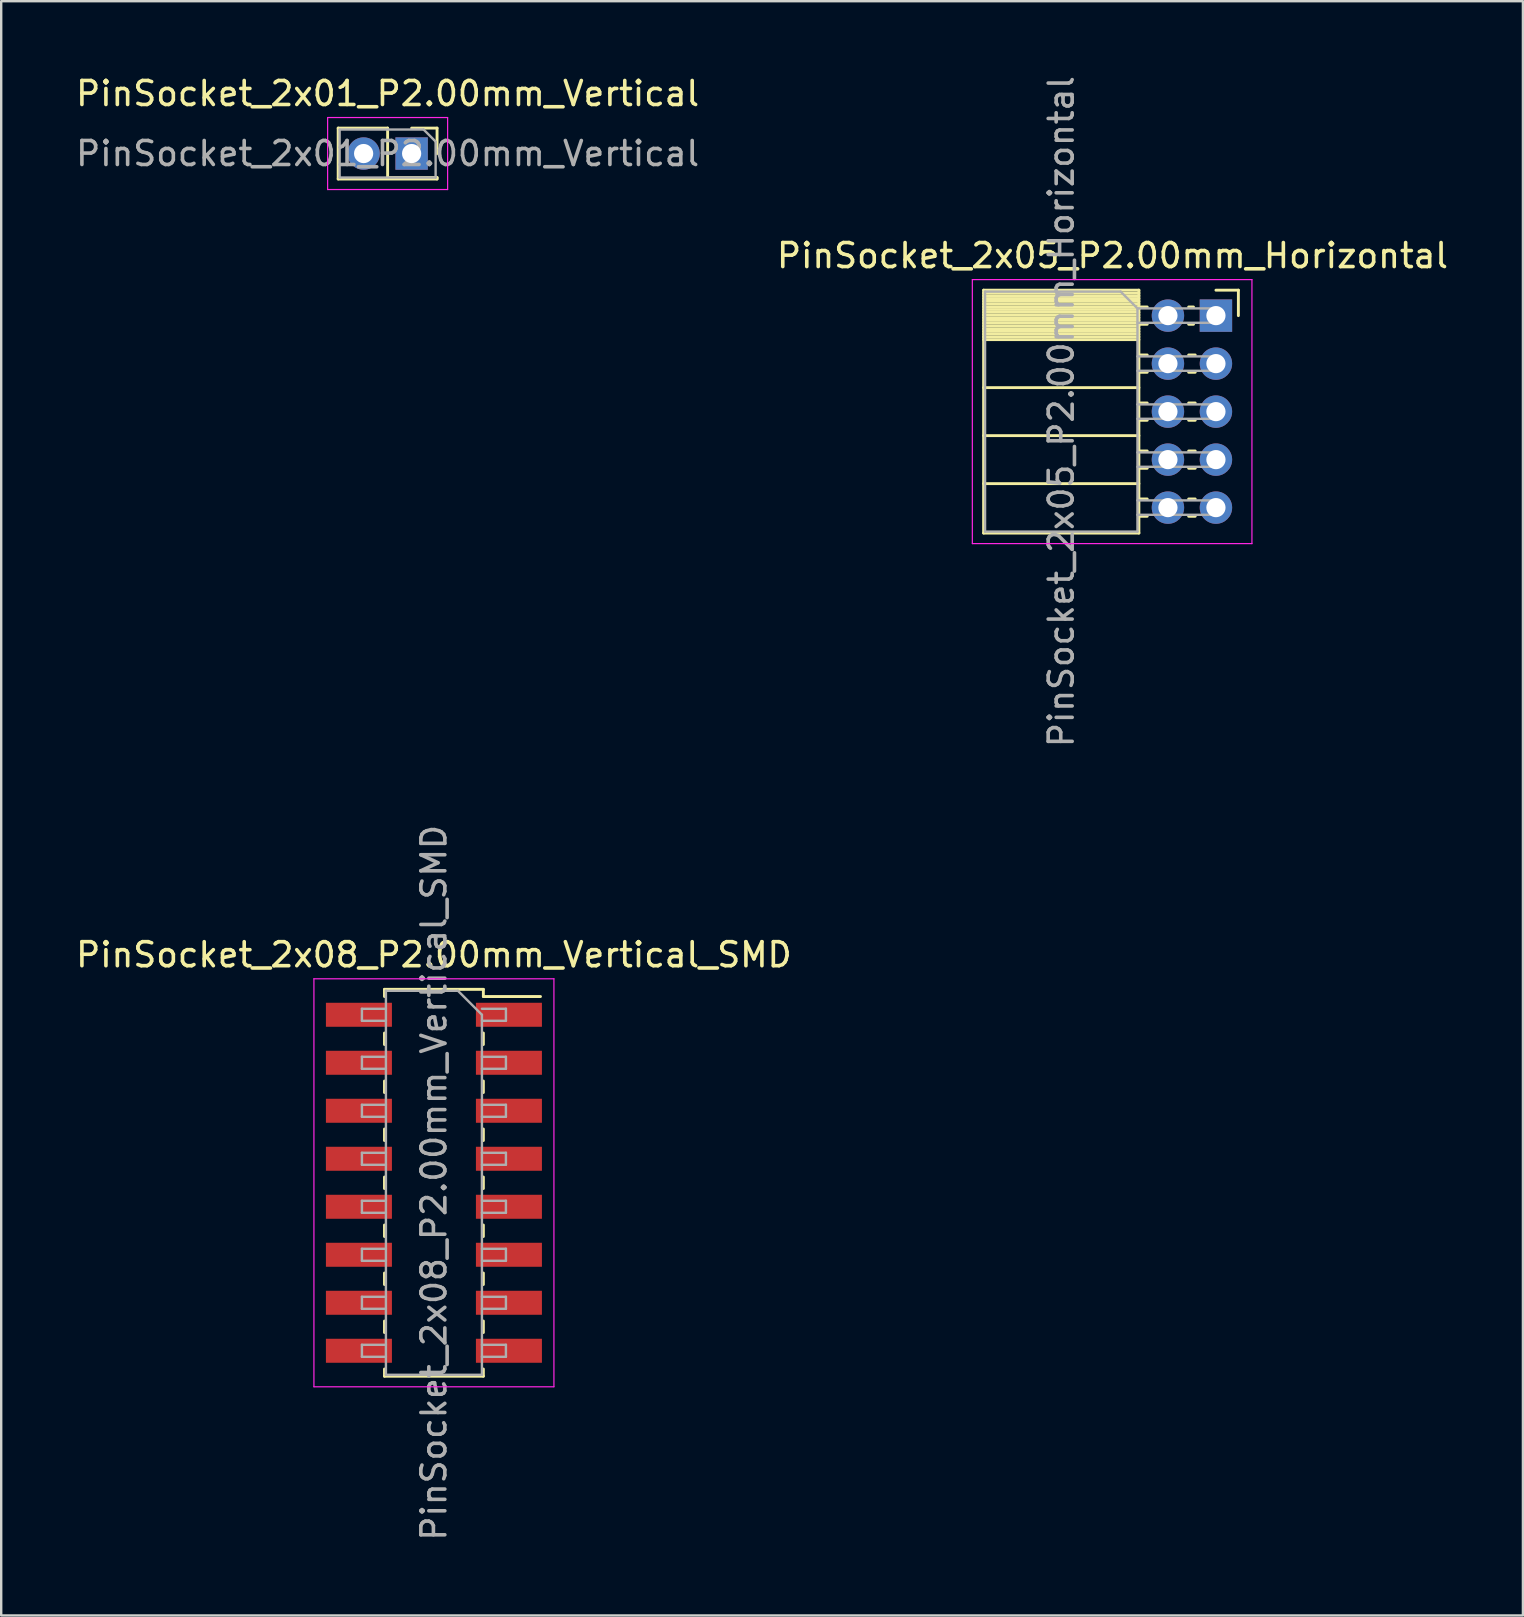
<source format=kicad_pcb>
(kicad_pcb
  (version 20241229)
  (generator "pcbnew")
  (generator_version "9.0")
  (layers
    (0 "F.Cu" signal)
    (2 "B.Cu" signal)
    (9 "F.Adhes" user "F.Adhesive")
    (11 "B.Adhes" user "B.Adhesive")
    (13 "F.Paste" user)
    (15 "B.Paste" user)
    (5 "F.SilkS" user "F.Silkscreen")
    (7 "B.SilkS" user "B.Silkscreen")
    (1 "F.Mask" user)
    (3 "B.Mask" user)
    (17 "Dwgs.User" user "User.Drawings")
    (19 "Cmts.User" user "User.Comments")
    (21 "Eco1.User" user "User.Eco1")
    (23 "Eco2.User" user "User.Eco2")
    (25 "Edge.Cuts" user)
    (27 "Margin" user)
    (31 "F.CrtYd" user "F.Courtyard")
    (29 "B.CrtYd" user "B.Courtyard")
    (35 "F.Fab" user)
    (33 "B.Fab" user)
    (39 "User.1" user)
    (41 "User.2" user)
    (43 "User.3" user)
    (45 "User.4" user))
  (footprint "PinSocket_2x05_P2.00mm_Horizontal"
    (layer "F.Cu")
    (at 47.614 10.101)
    (property "Reference" "PinSocket_2x05_P2.00mm_Horizontal" (at -4.31 -2.5 0) (layer "F.SilkS") (effects (font (size 1 1) (thickness 0.15))))
    (attr through_hole)
    (fp_line (start -9.68 -1.06) (end -9.68 9.06) (stroke (width 0.12) (type solid)) (layer "F.SilkS"))
    (fp_line (start -9.68 -1.06) (end -3.21 -1.06) (stroke (width 0.12) (type solid)) (layer "F.SilkS"))
    (fp_line (start -9.68 -0.94) (end -3.21 -0.94) (stroke (width 0.12) (type solid)) (layer "F.SilkS"))
    (fp_line (start -9.68 -0.826) (end -3.21 -0.826) (stroke (width 0.12) (type solid)) (layer "F.SilkS"))
    (fp_line (start -9.68 -0.712) (end -3.21 -0.712) (stroke (width 0.12) (type solid)) (layer "F.SilkS"))
    (fp_line (start -9.68 -0.598) (end -3.21 -0.598) (stroke (width 0.12) (type solid)) (layer "F.SilkS"))
    (fp_line (start -9.68 -0.484) (end -3.21 -0.484) (stroke (width 0.12) (type solid)) (layer "F.SilkS"))
    (fp_line (start -9.68 -0.369) (end -3.21 -0.369) (stroke (width 0.12) (type solid)) (layer "F.SilkS"))
    (fp_line (start -9.68 -0.255) (end -3.21 -0.255) (stroke (width 0.12) (type solid)) (layer "F.SilkS"))
    (fp_line (start -9.68 -0.141) (end -3.21 -0.141) (stroke (width 0.12) (type solid)) (layer "F.SilkS"))
    (fp_line (start -9.68 -0.027) (end -3.21 -0.027) (stroke (width 0.12) (type solid)) (layer "F.SilkS"))
    (fp_line (start -9.68 0.087) (end -3.21 0.087) (stroke (width 0.12) (type solid)) (layer "F.SilkS"))
    (fp_line (start -9.68 0.201) (end -3.21 0.201) (stroke (width 0.12) (type solid)) (layer "F.SilkS"))
    (fp_line (start -9.68 0.315) (end -3.21 0.315) (stroke (width 0.12) (type solid)) (layer "F.SilkS"))
    (fp_line (start -9.68 0.429) (end -3.21 0.429) (stroke (width 0.12) (type solid)) (layer "F.SilkS"))
    (fp_line (start -9.68 0.544) (end -3.21 0.544) (stroke (width 0.12) (type solid)) (layer "F.SilkS"))
    (fp_line (start -9.68 0.658) (end -3.21 0.658) (stroke (width 0.12) (type solid)) (layer "F.SilkS"))
    (fp_line (start -9.68 0.772) (end -3.21 0.772) (stroke (width 0.12) (type solid)) (layer "F.SilkS"))
    (fp_line (start -9.68 0.886) (end -3.21 0.886) (stroke (width 0.12) (type solid)) (layer "F.SilkS"))
    (fp_line (start -9.68 1) (end -3.21 1) (stroke (width 0.12) (type solid)) (layer "F.SilkS"))
    (fp_line (start -9.68 3) (end -3.21 3) (stroke (width 0.12) (type solid)) (layer "F.SilkS"))
    (fp_line (start -9.68 5) (end -3.21 5) (stroke (width 0.12) (type solid)) (layer "F.SilkS"))
    (fp_line (start -9.68 7) (end -3.21 7) (stroke (width 0.12) (type solid)) (layer "F.SilkS"))
    (fp_line (start -9.68 9.06) (end -3.21 9.06) (stroke (width 0.12) (type solid)) (layer "F.SilkS"))
    (fp_line (start -3.21 -1.06) (end -3.21 9.06) (stroke (width 0.12) (type solid)) (layer "F.SilkS"))
    (fp_line (start -3.21 -0.36) (end -2.863 -0.36) (stroke (width 0.12) (type solid)) (layer "F.SilkS"))
    (fp_line (start -3.21 0.36) (end -2.863 0.36) (stroke (width 0.12) (type solid)) (layer "F.SilkS"))
    (fp_line (start -3.21 1.64) (end -2.863 1.64) (stroke (width 0.12) (type solid)) (layer "F.SilkS"))
    (fp_line (start -3.21 2.36) (end -2.863 2.36) (stroke (width 0.12) (type solid)) (layer "F.SilkS"))
    (fp_line (start -3.21 3.64) (end -2.863 3.64) (stroke (width 0.12) (type solid)) (layer "F.SilkS"))
    (fp_line (start -3.21 4.36) (end -2.863 4.36) (stroke (width 0.12) (type solid)) (layer "F.SilkS"))
    (fp_line (start -3.21 5.64) (end -2.863 5.64) (stroke (width 0.12) (type solid)) (layer "F.SilkS"))
    (fp_line (start -3.21 6.36) (end -2.863 6.36) (stroke (width 0.12) (type solid)) (layer "F.SilkS"))
    (fp_line (start -3.21 7.64) (end -2.863 7.64) (stroke (width 0.12) (type solid)) (layer "F.SilkS"))
    (fp_line (start -3.21 8.36) (end -2.863 8.36) (stroke (width 0.12) (type solid)) (layer "F.SilkS"))
    (fp_line (start -1.137 -0.36) (end -0.935 -0.36) (stroke (width 0.12) (type solid)) (layer "F.SilkS"))
    (fp_line (start -1.137 0.36) (end -0.935 0.36) (stroke (width 0.12) (type solid)) (layer "F.SilkS"))
    (fp_line (start -1.137 1.64) (end -0.863 1.64) (stroke (width 0.12) (type solid)) (layer "F.SilkS"))
    (fp_line (start -1.137 2.36) (end -0.863 2.36) (stroke (width 0.12) (type solid)) (layer "F.SilkS"))
    (fp_line (start -1.137 3.64) (end -0.863 3.64) (stroke (width 0.12) (type solid)) (layer "F.SilkS"))
    (fp_line (start -1.137 4.36) (end -0.863 4.36) (stroke (width 0.12) (type solid)) (layer "F.SilkS"))
    (fp_line (start -1.137 5.64) (end -0.863 5.64) (stroke (width 0.12) (type solid)) (layer "F.SilkS"))
    (fp_line (start -1.137 6.36) (end -0.863 6.36) (stroke (width 0.12) (type solid)) (layer "F.SilkS"))
    (fp_line (start -1.137 7.64) (end -0.863 7.64) (stroke (width 0.12) (type solid)) (layer "F.SilkS"))
    (fp_line (start -1.137 8.36) (end -0.863 8.36) (stroke (width 0.12) (type solid)) (layer "F.SilkS"))
    (fp_line (start 0 -1.06) (end 0.935 -1.06) (stroke (width 0.12) (type solid)) (layer "F.SilkS"))
    (fp_line (start 0.935 -1.06) (end 0.935 0) (stroke (width 0.12) (type solid)) (layer "F.SilkS"))
    (fp_line (start -10.15 -1.5) (end -10.15 9.5) (stroke (width 0.05) (type solid)) (layer "F.CrtYd"))
    (fp_line (start -10.15 9.5) (end 1.5 9.5) (stroke (width 0.05) (type solid)) (layer "F.CrtYd"))
    (fp_line (start 1.5 -1.5) (end -10.15 -1.5) (stroke (width 0.05) (type solid)) (layer "F.CrtYd"))
    (fp_line (start 1.5 9.5) (end 1.5 -1.5) (stroke (width 0.05) (type solid)) (layer "F.CrtYd"))
    (fp_line (start -9.62 -1) (end -3.97 -1) (stroke (width 0.1) (type solid)) (layer "F.Fab"))
    (fp_line (start -9.62 9) (end -9.62 -1) (stroke (width 0.1) (type solid)) (layer "F.Fab"))
    (fp_line (start -3.97 -1) (end -3.27 -0.3) (stroke (width 0.1) (type solid)) (layer "F.Fab"))
    (fp_line (start -3.27 -0.3) (end -3.27 9) (stroke (width 0.1) (type solid)) (layer "F.Fab"))
    (fp_line (start -3.27 0.3) (end 0 0.3) (stroke (width 0.1) (type solid)) (layer "F.Fab"))
    (fp_line (start -3.27 2.3) (end 0 2.3) (stroke (width 0.1) (type solid)) (layer "F.Fab"))
    (fp_line (start -3.27 4.3) (end 0 4.3) (stroke (width 0.1) (type solid)) (layer "F.Fab"))
    (fp_line (start -3.27 6.3) (end 0 6.3) (stroke (width 0.1) (type solid)) (layer "F.Fab"))
    (fp_line (start -3.27 8.3) (end 0 8.3) (stroke (width 0.1) (type solid)) (layer "F.Fab"))
    (fp_line (start -3.27 9) (end -9.62 9) (stroke (width 0.1) (type solid)) (layer "F.Fab"))
    (fp_line (start 0 -0.3) (end -3.27 -0.3) (stroke (width 0.1) (type solid)) (layer "F.Fab"))
    (fp_line (start 0 0.3) (end 0 -0.3) (stroke (width 0.1) (type solid)) (layer "F.Fab"))
    (fp_line (start 0 1.7) (end -3.27 1.7) (stroke (width 0.1) (type solid)) (layer "F.Fab"))
    (fp_line (start 0 2.3) (end 0 1.7) (stroke (width 0.1) (type solid)) (layer "F.Fab"))
    (fp_line (start 0 3.7) (end -3.27 3.7) (stroke (width 0.1) (type solid)) (layer "F.Fab"))
    (fp_line (start 0 4.3) (end 0 3.7) (stroke (width 0.1) (type solid)) (layer "F.Fab"))
    (fp_line (start 0 5.7) (end -3.27 5.7) (stroke (width 0.1) (type solid)) (layer "F.Fab"))
    (fp_line (start 0 6.3) (end 0 5.7) (stroke (width 0.1) (type solid)) (layer "F.Fab"))
    (fp_line (start 0 7.7) (end -3.27 7.7) (stroke (width 0.1) (type solid)) (layer "F.Fab"))
    (fp_line (start 0 8.3) (end 0 7.7) (stroke (width 0.1) (type solid)) (layer "F.Fab"))
    (fp_text user "${REFERENCE}" (at -6.445 4 90) (layer "F.Fab") (effects (font (size 1 1) (thickness 0.15))))
    (pad "1" thru_hole rect (at 0 0) (size 1.35 1.35) (drill 0.8) (layers "*.Cu" "*.Mask"))
    (pad "2" thru_hole oval (at -2 0) (size 1.35 1.35) (drill 0.8) (layers "*.Cu" "*.Mask"))
    (pad "3" thru_hole oval (at 0 2) (size 1.35 1.35) (drill 0.8) (layers "*.Cu" "*.Mask"))
    (pad "4" thru_hole oval (at -2 2) (size 1.35 1.35) (drill 0.8) (layers "*.Cu" "*.Mask"))
    (pad "5" thru_hole oval (at 0 4) (size 1.35 1.35) (drill 0.8) (layers "*.Cu" "*.Mask"))
    (pad "6" thru_hole oval (at -2 4) (size 1.35 1.35) (drill 0.8) (layers "*.Cu" "*.Mask"))
    (pad "7" thru_hole oval (at 0 6) (size 1.35 1.35) (drill 0.8) (layers "*.Cu" "*.Mask"))
    (pad "8" thru_hole oval (at -2 6) (size 1.35 1.35) (drill 0.8) (layers "*.Cu" "*.Mask"))
    (pad "9" thru_hole oval (at 0 8) (size 1.35 1.35) (drill 0.8) (layers "*.Cu" "*.Mask"))
    (pad "10" thru_hole oval (at -2 8) (size 1.35 1.35) (drill 0.8) (layers "*.Cu" "*.Mask")))
  (footprint "PinSocket_2x01_P2.00mm_Vertical"
    (layer "F.Cu")
    (at 14.101 3.348)
    (property "Reference" "PinSocket_2x01_P2.00mm_Vertical" (at -1 -2.5 0) (layer "F.SilkS") (effects (font (size 1 1) (thickness 0.15))))
    (attr through_hole)
    (fp_line (start -3.06 -1.06) (end -3.06 1.06) (stroke (width 0.12) (type solid)) (layer "F.SilkS"))
    (fp_line (start -3.06 -1.06) (end -1 -1.06) (stroke (width 0.12) (type solid)) (layer "F.SilkS"))
    (fp_line (start -3.06 1.06) (end 1.06 1.06) (stroke (width 0.12) (type solid)) (layer "F.SilkS"))
    (fp_line (start -1 -1.06) (end -1 1) (stroke (width 0.12) (type solid)) (layer "F.SilkS"))
    (fp_line (start -1 1) (end 1.06 1) (stroke (width 0.12) (type solid)) (layer "F.SilkS"))
    (fp_line (start 0 -1.06) (end 1.06 -1.06) (stroke (width 0.12) (type solid)) (layer "F.SilkS"))
    (fp_line (start 1.06 -1.06) (end 1.06 0) (stroke (width 0.12) (type solid)) (layer "F.SilkS"))
    (fp_line (start 1.06 1) (end 1.06 1.06) (stroke (width 0.12) (type solid)) (layer "F.SilkS"))
    (fp_line (start -3.5 -1.5) (end 1.5 -1.5) (stroke (width 0.05) (type solid)) (layer "F.CrtYd"))
    (fp_line (start -3.5 1.5) (end -3.5 -1.5) (stroke (width 0.05) (type solid)) (layer "F.CrtYd"))
    (fp_line (start 1.5 -1.5) (end 1.5 1.5) (stroke (width 0.05) (type solid)) (layer "F.CrtYd"))
    (fp_line (start 1.5 1.5) (end -3.5 1.5) (stroke (width 0.05) (type solid)) (layer "F.CrtYd"))
    (fp_line (start -3 -1) (end 0.5 -1) (stroke (width 0.1) (type solid)) (layer "F.Fab"))
    (fp_line (start -3 1) (end -3 -1) (stroke (width 0.1) (type solid)) (layer "F.Fab"))
    (fp_line (start 0.5 -1) (end 1 -0.5) (stroke (width 0.1) (type solid)) (layer "F.Fab"))
    (fp_line (start 1 -0.5) (end 1 1) (stroke (width 0.1) (type solid)) (layer "F.Fab"))
    (fp_line (start 1 1) (end -3 1) (stroke (width 0.1) (type solid)) (layer "F.Fab"))
    (fp_text user "${REFERENCE}" (at -1 0 0) (layer "F.Fab") (effects (font (size 1 1) (thickness 0.15))))
    (pad "1" thru_hole rect (at 0 0) (size 1.35 1.35) (drill 0.8) (layers "*.Cu" "*.Mask"))
    (pad "2" thru_hole oval (at -2 0) (size 1.35 1.35) (drill 0.8) (layers "*.Cu" "*.Mask")))
  (footprint "PinSocket_2x08_P2.00mm_Vertical_SMD"
    (layer "F.Cu")
    (at 15.03 46.232)
    (property "Reference" "PinSocket_2x08_P2.00mm_Vertical_SMD" (at 0 -9.5 0) (layer "F.SilkS") (effects (font (size 1 1) (thickness 0.15))))
    (attr smd)
    (fp_line (start -2.06 -8.06) (end -2.06 -7.76) (stroke (width 0.12) (type solid)) (layer "F.SilkS"))
    (fp_line (start -2.06 -8.06) (end 2.06 -8.06) (stroke (width 0.12) (type solid)) (layer "F.SilkS"))
    (fp_line (start -2.06 -6.24) (end -2.06 -5.76) (stroke (width 0.12) (type solid)) (layer "F.SilkS"))
    (fp_line (start -2.06 -4.24) (end -2.06 -3.76) (stroke (width 0.12) (type solid)) (layer "F.SilkS"))
    (fp_line (start -2.06 -2.24) (end -2.06 -1.76) (stroke (width 0.12) (type solid)) (layer "F.SilkS"))
    (fp_line (start -2.06 -0.24) (end -2.06 0.24) (stroke (width 0.12) (type solid)) (layer "F.SilkS"))
    (fp_line (start -2.06 1.76) (end -2.06 2.24) (stroke (width 0.12) (type solid)) (layer "F.SilkS"))
    (fp_line (start -2.06 3.76) (end -2.06 4.24) (stroke (width 0.12) (type solid)) (layer "F.SilkS"))
    (fp_line (start -2.06 5.76) (end -2.06 6.24) (stroke (width 0.12) (type solid)) (layer "F.SilkS"))
    (fp_line (start -2.06 7.76) (end -2.06 8.06) (stroke (width 0.12) (type solid)) (layer "F.SilkS"))
    (fp_line (start -2.06 8.06) (end 2.06 8.06) (stroke (width 0.12) (type solid)) (layer "F.SilkS"))
    (fp_line (start 2.06 -8.06) (end 2.06 -7.76) (stroke (width 0.12) (type solid)) (layer "F.SilkS"))
    (fp_line (start 2.06 -7.76) (end 4.44 -7.76) (stroke (width 0.12) (type solid)) (layer "F.SilkS"))
    (fp_line (start 2.06 -6.24) (end 2.06 -5.76) (stroke (width 0.12) (type solid)) (layer "F.SilkS"))
    (fp_line (start 2.06 -4.24) (end 2.06 -3.76) (stroke (width 0.12) (type solid)) (layer "F.SilkS"))
    (fp_line (start 2.06 -2.24) (end 2.06 -1.76) (stroke (width 0.12) (type solid)) (layer "F.SilkS"))
    (fp_line (start 2.06 -0.24) (end 2.06 0.24) (stroke (width 0.12) (type solid)) (layer "F.SilkS"))
    (fp_line (start 2.06 1.76) (end 2.06 2.24) (stroke (width 0.12) (type solid)) (layer "F.SilkS"))
    (fp_line (start 2.06 3.76) (end 2.06 4.24) (stroke (width 0.12) (type solid)) (layer "F.SilkS"))
    (fp_line (start 2.06 5.76) (end 2.06 6.24) (stroke (width 0.12) (type solid)) (layer "F.SilkS"))
    (fp_line (start 2.06 7.76) (end 2.06 8.06) (stroke (width 0.12) (type solid)) (layer "F.SilkS"))
    (fp_line (start -5 -8.5) (end 5 -8.5) (stroke (width 0.05) (type solid)) (layer "F.CrtYd"))
    (fp_line (start -5 8.5) (end -5 -8.5) (stroke (width 0.05) (type solid)) (layer "F.CrtYd"))
    (fp_line (start 5 -8.5) (end 5 8.5) (stroke (width 0.05) (type solid)) (layer "F.CrtYd"))
    (fp_line (start 5 8.5) (end -5 8.5) (stroke (width 0.05) (type solid)) (layer "F.CrtYd"))
    (fp_line (start -3 -7.25) (end -2 -7.25) (stroke (width 0.1) (type solid)) (layer "F.Fab"))
    (fp_line (start -3 -6.75) (end -3 -7.25) (stroke (width 0.1) (type solid)) (layer "F.Fab"))
    (fp_line (start -3 -5.25) (end -2 -5.25) (stroke (width 0.1) (type solid)) (layer "F.Fab"))
    (fp_line (start -3 -4.75) (end -3 -5.25) (stroke (width 0.1) (type solid)) (layer "F.Fab"))
    (fp_line (start -3 -3.25) (end -2 -3.25) (stroke (width 0.1) (type solid)) (layer "F.Fab"))
    (fp_line (start -3 -2.75) (end -3 -3.25) (stroke (width 0.1) (type solid)) (layer "F.Fab"))
    (fp_line (start -3 -1.25) (end -2 -1.25) (stroke (width 0.1) (type solid)) (layer "F.Fab"))
    (fp_line (start -3 -0.75) (end -3 -1.25) (stroke (width 0.1) (type solid)) (layer "F.Fab"))
    (fp_line (start -3 0.75) (end -2 0.75) (stroke (width 0.1) (type solid)) (layer "F.Fab"))
    (fp_line (start -3 1.25) (end -3 0.75) (stroke (width 0.1) (type solid)) (layer "F.Fab"))
    (fp_line (start -3 2.75) (end -2 2.75) (stroke (width 0.1) (type solid)) (layer "F.Fab"))
    (fp_line (start -3 3.25) (end -3 2.75) (stroke (width 0.1) (type solid)) (layer "F.Fab"))
    (fp_line (start -3 4.75) (end -2 4.75) (stroke (width 0.1) (type solid)) (layer "F.Fab"))
    (fp_line (start -3 5.25) (end -3 4.75) (stroke (width 0.1) (type solid)) (layer "F.Fab"))
    (fp_line (start -3 6.75) (end -2 6.75) (stroke (width 0.1) (type solid)) (layer "F.Fab"))
    (fp_line (start -3 7.25) (end -3 6.75) (stroke (width 0.1) (type solid)) (layer "F.Fab"))
    (fp_line (start -2 -8) (end 1 -8) (stroke (width 0.1) (type solid)) (layer "F.Fab"))
    (fp_line (start -2 -6.75) (end -3 -6.75) (stroke (width 0.1) (type solid)) (layer "F.Fab"))
    (fp_line (start -2 -4.75) (end -3 -4.75) (stroke (width 0.1) (type solid)) (layer "F.Fab"))
    (fp_line (start -2 -2.75) (end -3 -2.75) (stroke (width 0.1) (type solid)) (layer "F.Fab"))
    (fp_line (start -2 -0.75) (end -3 -0.75) (stroke (width 0.1) (type solid)) (layer "F.Fab"))
    (fp_line (start -2 1.25) (end -3 1.25) (stroke (width 0.1) (type solid)) (layer "F.Fab"))
    (fp_line (start -2 3.25) (end -3 3.25) (stroke (width 0.1) (type solid)) (layer "F.Fab"))
    (fp_line (start -2 5.25) (end -3 5.25) (stroke (width 0.1) (type solid)) (layer "F.Fab"))
    (fp_line (start -2 7.25) (end -3 7.25) (stroke (width 0.1) (type solid)) (layer "F.Fab"))
    (fp_line (start -2 8) (end -2 -8) (stroke (width 0.1) (type solid)) (layer "F.Fab"))
    (fp_line (start 1 -8) (end 2 -7) (stroke (width 0.1) (type solid)) (layer "F.Fab"))
    (fp_line (start 2 -7.25) (end 3 -7.25) (stroke (width 0.1) (type solid)) (layer "F.Fab"))
    (fp_line (start 2 -7) (end 2 8) (stroke (width 0.1) (type solid)) (layer "F.Fab"))
    (fp_line (start 2 -5.25) (end 3 -5.25) (stroke (width 0.1) (type solid)) (layer "F.Fab"))
    (fp_line (start 2 -3.25) (end 3 -3.25) (stroke (width 0.1) (type solid)) (layer "F.Fab"))
    (fp_line (start 2 -1.25) (end 3 -1.25) (stroke (width 0.1) (type solid)) (layer "F.Fab"))
    (fp_line (start 2 0.75) (end 3 0.75) (stroke (width 0.1) (type solid)) (layer "F.Fab"))
    (fp_line (start 2 2.75) (end 3 2.75) (stroke (width 0.1) (type solid)) (layer "F.Fab"))
    (fp_line (start 2 4.75) (end 3 4.75) (stroke (width 0.1) (type solid)) (layer "F.Fab"))
    (fp_line (start 2 6.75) (end 3 6.75) (stroke (width 0.1) (type solid)) (layer "F.Fab"))
    (fp_line (start 2 8) (end -2 8) (stroke (width 0.1) (type solid)) (layer "F.Fab"))
    (fp_line (start 3 -7.25) (end 3 -6.75) (stroke (width 0.1) (type solid)) (layer "F.Fab"))
    (fp_line (start 3 -6.75) (end 2 -6.75) (stroke (width 0.1) (type solid)) (layer "F.Fab"))
    (fp_line (start 3 -5.25) (end 3 -4.75) (stroke (width 0.1) (type solid)) (layer "F.Fab"))
    (fp_line (start 3 -4.75) (end 2 -4.75) (stroke (width 0.1) (type solid)) (layer "F.Fab"))
    (fp_line (start 3 -3.25) (end 3 -2.75) (stroke (width 0.1) (type solid)) (layer "F.Fab"))
    (fp_line (start 3 -2.75) (end 2 -2.75) (stroke (width 0.1) (type solid)) (layer "F.Fab"))
    (fp_line (start 3 -1.25) (end 3 -0.75) (stroke (width 0.1) (type solid)) (layer "F.Fab"))
    (fp_line (start 3 -0.75) (end 2 -0.75) (stroke (width 0.1) (type solid)) (layer "F.Fab"))
    (fp_line (start 3 0.75) (end 3 1.25) (stroke (width 0.1) (type solid)) (layer "F.Fab"))
    (fp_line (start 3 1.25) (end 2 1.25) (stroke (width 0.1) (type solid)) (layer "F.Fab"))
    (fp_line (start 3 2.75) (end 3 3.25) (stroke (width 0.1) (type solid)) (layer "F.Fab"))
    (fp_line (start 3 3.25) (end 2 3.25) (stroke (width 0.1) (type solid)) (layer "F.Fab"))
    (fp_line (start 3 4.75) (end 3 5.25) (stroke (width 0.1) (type solid)) (layer "F.Fab"))
    (fp_line (start 3 5.25) (end 2 5.25) (stroke (width 0.1) (type solid)) (layer "F.Fab"))
    (fp_line (start 3 6.75) (end 3 7.25) (stroke (width 0.1) (type solid)) (layer "F.Fab"))
    (fp_line (start 3 7.25) (end 2 7.25) (stroke (width 0.1) (type solid)) (layer "F.Fab"))
    (fp_text user "${REFERENCE}" (at 0 0 90) (layer "F.Fab") (effects (font (size 1 1) (thickness 0.15))))
    (pad "1" smd rect (at 3.125 -7) (size 2.75 1) (layers "F.Cu" "F.Mask" "F.Paste"))
    (pad "2" smd rect (at -3.125 -7) (size 2.75 1) (layers "F.Cu" "F.Mask" "F.Paste"))
    (pad "3" smd rect (at 3.125 -5) (size 2.75 1) (layers "F.Cu" "F.Mask" "F.Paste"))
    (pad "4" smd rect (at -3.125 -5) (size 2.75 1) (layers "F.Cu" "F.Mask" "F.Paste"))
    (pad "5" smd rect (at 3.125 -3) (size 2.75 1) (layers "F.Cu" "F.Mask" "F.Paste"))
    (pad "6" smd rect (at -3.125 -3) (size 2.75 1) (layers "F.Cu" "F.Mask" "F.Paste"))
    (pad "7" smd rect (at 3.125 -1) (size 2.75 1) (layers "F.Cu" "F.Mask" "F.Paste"))
    (pad "8" smd rect (at -3.125 -1) (size 2.75 1) (layers "F.Cu" "F.Mask" "F.Paste"))
    (pad "9" smd rect (at 3.125 1) (size 2.75 1) (layers "F.Cu" "F.Mask" "F.Paste"))
    (pad "10" smd rect (at -3.125 1) (size 2.75 1) (layers "F.Cu" "F.Mask" "F.Paste"))
    (pad "11" smd rect (at 3.125 3) (size 2.75 1) (layers "F.Cu" "F.Mask" "F.Paste"))
    (pad "12" smd rect (at -3.125 3) (size 2.75 1) (layers "F.Cu" "F.Mask" "F.Paste"))
    (pad "13" smd rect (at 3.125 5) (size 2.75 1) (layers "F.Cu" "F.Mask" "F.Paste"))
    (pad "14" smd rect (at -3.125 5) (size 2.75 1) (layers "F.Cu" "F.Mask" "F.Paste"))
    (pad "15" smd rect (at 3.125 7) (size 2.75 1) (layers "F.Cu" "F.Mask" "F.Paste"))
    (pad "16" smd rect (at -3.125 7) (size 2.75 1) (layers "F.Cu" "F.Mask" "F.Paste")))
  (gr_rect
    (start -3 -3)
    (end 60.405 64.262)
    (stroke (width 0.1) (type default))
    (fill no)
    (layer "Edge.Cuts")))
</source>
